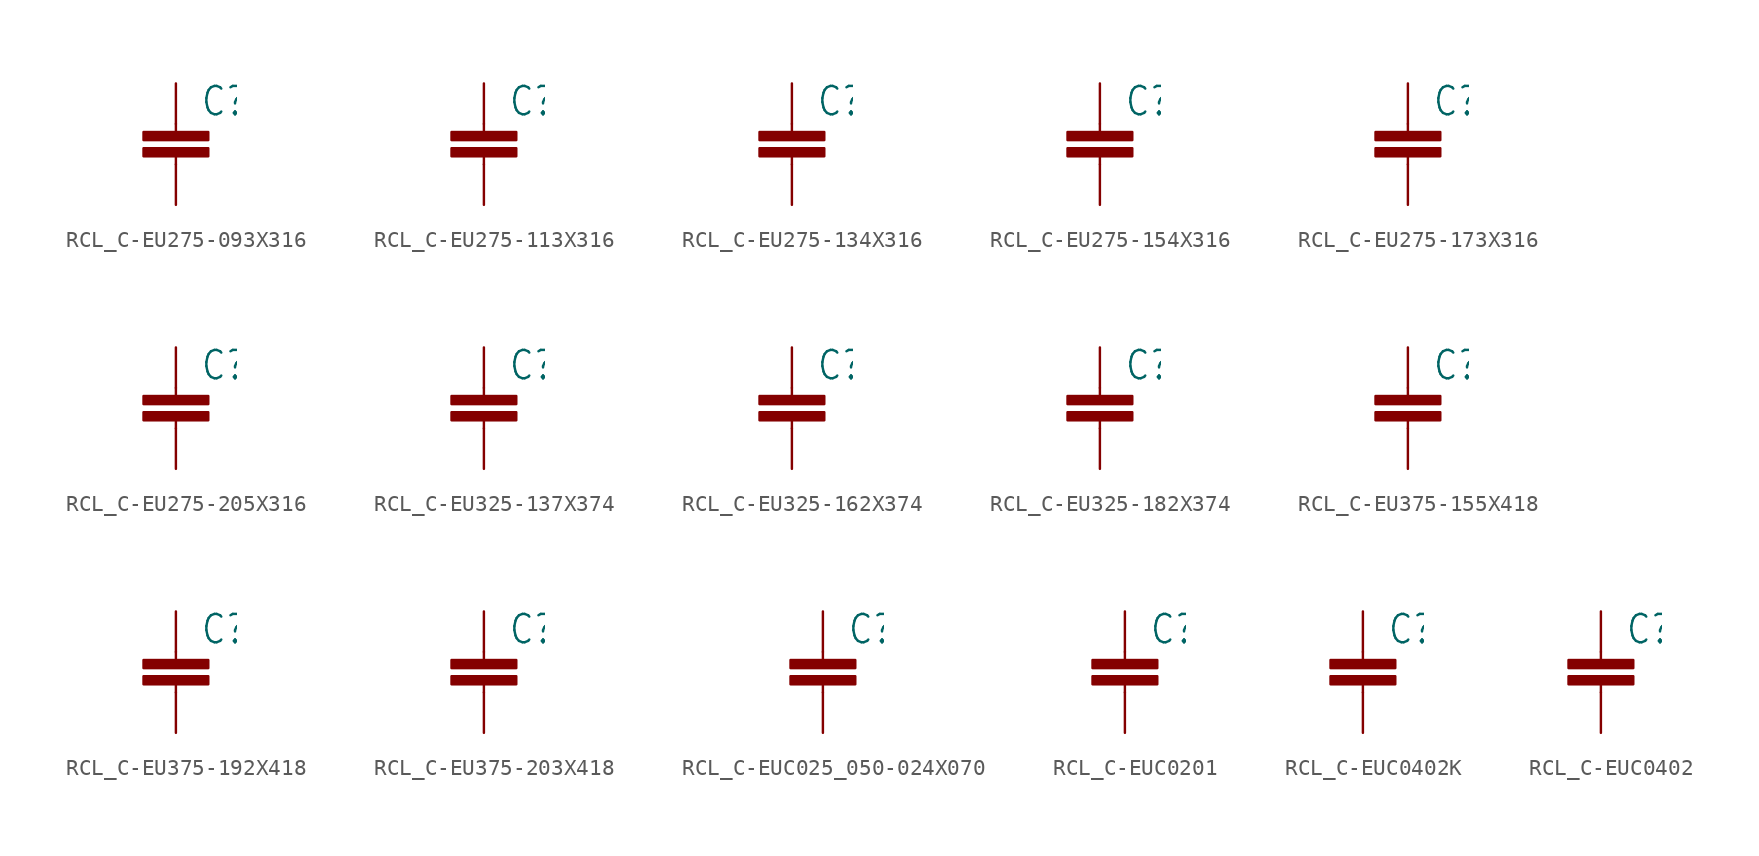
<source format=kicad_sym>
(kicad_symbol_lib
  (version 20241209)
  (generator "kicad_symbol_editor")
  (generator_version "9.0")
  (symbol "RCL_C-EU275-093X316"
    (property "Reference" "C"
      (at 1.524 0.381 0)
      (effects (font (size 1.778 1.511)) (justify left bottom)))
    (property "Value" ""
      (at 1.524 -4.699 0)
      (effects (font (size 1.778 1.511)) (justify left bottom)))
    (property "ki_locked" ""
      (at 0 0 0)
      (effects (font (size 1.27 1.27))))
    (symbol "RCL_C-EU275-093X316_1_0"
      (rectangle (start -2.032 -1.016) (end 2.032 -0.508) (stroke (width 0) (type default)) (fill (type outline)))
      (rectangle (start -2.032 -2.032) (end 2.032 -1.524) (stroke (width 0) (type default)) (fill (type outline)))
      (polyline (pts (xy 0 0) (xy 0 -0.508)) (stroke (width 0.152) (type solid)) (fill (type none)))
      (polyline (pts (xy 0 -2.54) (xy 0 -2.032)) (stroke (width 0.152) (type solid)) (fill (type none)))
      (pin passive line (at 0 2.54 270) (length 2.54) (name "1" (effects (font (size 0 0)))) (number "1" (effects (font (size 0 0)))))
      (pin passive line (at 0 -5.08 90) (length 2.54) (name "2" (effects (font (size 0 0)))) (number "2" (effects (font (size 0 0)))))))
  (symbol "RCL_C-EU275-113X316"
    (property "Reference" "C"
      (at 1.524 0.381 0)
      (effects (font (size 1.778 1.511)) (justify left bottom)))
    (property "Value" ""
      (at 1.524 -4.699 0)
      (effects (font (size 1.778 1.511)) (justify left bottom)))
    (property "ki_locked" ""
      (at 0 0 0)
      (effects (font (size 1.27 1.27))))
    (symbol "RCL_C-EU275-113X316_1_0"
      (rectangle (start -2.032 -1.016) (end 2.032 -0.508) (stroke (width 0) (type default)) (fill (type outline)))
      (rectangle (start -2.032 -2.032) (end 2.032 -1.524) (stroke (width 0) (type default)) (fill (type outline)))
      (polyline (pts (xy 0 0) (xy 0 -0.508)) (stroke (width 0.152) (type solid)) (fill (type none)))
      (polyline (pts (xy 0 -2.54) (xy 0 -2.032)) (stroke (width 0.152) (type solid)) (fill (type none)))
      (pin passive line (at 0 2.54 270) (length 2.54) (name "1" (effects (font (size 0 0)))) (number "1" (effects (font (size 0 0)))))
      (pin passive line (at 0 -5.08 90) (length 2.54) (name "2" (effects (font (size 0 0)))) (number "2" (effects (font (size 0 0)))))))
  (symbol "RCL_C-EU275-134X316"
    (property "Reference" "C"
      (at 1.524 0.381 0)
      (effects (font (size 1.778 1.511)) (justify left bottom)))
    (property "Value" ""
      (at 1.524 -4.699 0)
      (effects (font (size 1.778 1.511)) (justify left bottom)))
    (property "ki_locked" ""
      (at 0 0 0)
      (effects (font (size 1.27 1.27))))
    (symbol "RCL_C-EU275-134X316_1_0"
      (rectangle (start -2.032 -1.016) (end 2.032 -0.508) (stroke (width 0) (type default)) (fill (type outline)))
      (rectangle (start -2.032 -2.032) (end 2.032 -1.524) (stroke (width 0) (type default)) (fill (type outline)))
      (polyline (pts (xy 0 0) (xy 0 -0.508)) (stroke (width 0.152) (type solid)) (fill (type none)))
      (polyline (pts (xy 0 -2.54) (xy 0 -2.032)) (stroke (width 0.152) (type solid)) (fill (type none)))
      (pin passive line (at 0 2.54 270) (length 2.54) (name "1" (effects (font (size 0 0)))) (number "1" (effects (font (size 0 0)))))
      (pin passive line (at 0 -5.08 90) (length 2.54) (name "2" (effects (font (size 0 0)))) (number "2" (effects (font (size 0 0)))))))
  (symbol "RCL_C-EU275-154X316"
    (property "Reference" "C"
      (at 1.524 0.381 0)
      (effects (font (size 1.778 1.511)) (justify left bottom)))
    (property "Value" ""
      (at 1.524 -4.699 0)
      (effects (font (size 1.778 1.511)) (justify left bottom)))
    (property "ki_locked" ""
      (at 0 0 0)
      (effects (font (size 1.27 1.27))))
    (symbol "RCL_C-EU275-154X316_1_0"
      (rectangle (start -2.032 -1.016) (end 2.032 -0.508) (stroke (width 0) (type default)) (fill (type outline)))
      (rectangle (start -2.032 -2.032) (end 2.032 -1.524) (stroke (width 0) (type default)) (fill (type outline)))
      (polyline (pts (xy 0 0) (xy 0 -0.508)) (stroke (width 0.152) (type solid)) (fill (type none)))
      (polyline (pts (xy 0 -2.54) (xy 0 -2.032)) (stroke (width 0.152) (type solid)) (fill (type none)))
      (pin passive line (at 0 2.54 270) (length 2.54) (name "1" (effects (font (size 0 0)))) (number "1" (effects (font (size 0 0)))))
      (pin passive line (at 0 -5.08 90) (length 2.54) (name "2" (effects (font (size 0 0)))) (number "2" (effects (font (size 0 0)))))))
  (symbol "RCL_C-EU275-173X316"
    (property "Reference" "C"
      (at 1.524 0.381 0)
      (effects (font (size 1.778 1.511)) (justify left bottom)))
    (property "Value" ""
      (at 1.524 -4.699 0)
      (effects (font (size 1.778 1.511)) (justify left bottom)))
    (property "ki_locked" ""
      (at 0 0 0)
      (effects (font (size 1.27 1.27))))
    (symbol "RCL_C-EU275-173X316_1_0"
      (rectangle (start -2.032 -1.016) (end 2.032 -0.508) (stroke (width 0) (type default)) (fill (type outline)))
      (rectangle (start -2.032 -2.032) (end 2.032 -1.524) (stroke (width 0) (type default)) (fill (type outline)))
      (polyline (pts (xy 0 0) (xy 0 -0.508)) (stroke (width 0.152) (type solid)) (fill (type none)))
      (polyline (pts (xy 0 -2.54) (xy 0 -2.032)) (stroke (width 0.152) (type solid)) (fill (type none)))
      (pin passive line (at 0 2.54 270) (length 2.54) (name "1" (effects (font (size 0 0)))) (number "1" (effects (font (size 0 0)))))
      (pin passive line (at 0 -5.08 90) (length 2.54) (name "2" (effects (font (size 0 0)))) (number "2" (effects (font (size 0 0)))))))
  (symbol "RCL_C-EU275-205X316"
    (property "Reference" "C"
      (at 1.524 0.381 0)
      (effects (font (size 1.778 1.511)) (justify left bottom)))
    (property "Value" ""
      (at 1.524 -4.699 0)
      (effects (font (size 1.778 1.511)) (justify left bottom)))
    (property "ki_locked" ""
      (at 0 0 0)
      (effects (font (size 1.27 1.27))))
    (symbol "RCL_C-EU275-205X316_1_0"
      (rectangle (start -2.032 -1.016) (end 2.032 -0.508) (stroke (width 0) (type default)) (fill (type outline)))
      (rectangle (start -2.032 -2.032) (end 2.032 -1.524) (stroke (width 0) (type default)) (fill (type outline)))
      (polyline (pts (xy 0 0) (xy 0 -0.508)) (stroke (width 0.152) (type solid)) (fill (type none)))
      (polyline (pts (xy 0 -2.54) (xy 0 -2.032)) (stroke (width 0.152) (type solid)) (fill (type none)))
      (pin passive line (at 0 2.54 270) (length 2.54) (name "1" (effects (font (size 0 0)))) (number "1" (effects (font (size 0 0)))))
      (pin passive line (at 0 -5.08 90) (length 2.54) (name "2" (effects (font (size 0 0)))) (number "2" (effects (font (size 0 0)))))))
  (symbol "RCL_C-EU325-137X374"
    (property "Reference" "C"
      (at 1.524 0.381 0)
      (effects (font (size 1.778 1.511)) (justify left bottom)))
    (property "Value" ""
      (at 1.524 -4.699 0)
      (effects (font (size 1.778 1.511)) (justify left bottom)))
    (property "ki_locked" ""
      (at 0 0 0)
      (effects (font (size 1.27 1.27))))
    (symbol "RCL_C-EU325-137X374_1_0"
      (rectangle (start -2.032 -1.016) (end 2.032 -0.508) (stroke (width 0) (type default)) (fill (type outline)))
      (rectangle (start -2.032 -2.032) (end 2.032 -1.524) (stroke (width 0) (type default)) (fill (type outline)))
      (polyline (pts (xy 0 0) (xy 0 -0.508)) (stroke (width 0.152) (type solid)) (fill (type none)))
      (polyline (pts (xy 0 -2.54) (xy 0 -2.032)) (stroke (width 0.152) (type solid)) (fill (type none)))
      (pin passive line (at 0 2.54 270) (length 2.54) (name "1" (effects (font (size 0 0)))) (number "1" (effects (font (size 0 0)))))
      (pin passive line (at 0 -5.08 90) (length 2.54) (name "2" (effects (font (size 0 0)))) (number "2" (effects (font (size 0 0)))))))
  (symbol "RCL_C-EU325-162X374"
    (property "Reference" "C"
      (at 1.524 0.381 0)
      (effects (font (size 1.778 1.511)) (justify left bottom)))
    (property "Value" ""
      (at 1.524 -4.699 0)
      (effects (font (size 1.778 1.511)) (justify left bottom)))
    (property "ki_locked" ""
      (at 0 0 0)
      (effects (font (size 1.27 1.27))))
    (symbol "RCL_C-EU325-162X374_1_0"
      (rectangle (start -2.032 -1.016) (end 2.032 -0.508) (stroke (width 0) (type default)) (fill (type outline)))
      (rectangle (start -2.032 -2.032) (end 2.032 -1.524) (stroke (width 0) (type default)) (fill (type outline)))
      (polyline (pts (xy 0 0) (xy 0 -0.508)) (stroke (width 0.152) (type solid)) (fill (type none)))
      (polyline (pts (xy 0 -2.54) (xy 0 -2.032)) (stroke (width 0.152) (type solid)) (fill (type none)))
      (pin passive line (at 0 2.54 270) (length 2.54) (name "1" (effects (font (size 0 0)))) (number "1" (effects (font (size 0 0)))))
      (pin passive line (at 0 -5.08 90) (length 2.54) (name "2" (effects (font (size 0 0)))) (number "2" (effects (font (size 0 0)))))))
  (symbol "RCL_C-EU325-182X374"
    (property "Reference" "C"
      (at 1.524 0.381 0)
      (effects (font (size 1.778 1.511)) (justify left bottom)))
    (property "Value" ""
      (at 1.524 -4.699 0)
      (effects (font (size 1.778 1.511)) (justify left bottom)))
    (property "ki_locked" ""
      (at 0 0 0)
      (effects (font (size 1.27 1.27))))
    (symbol "RCL_C-EU325-182X374_1_0"
      (rectangle (start -2.032 -1.016) (end 2.032 -0.508) (stroke (width 0) (type default)) (fill (type outline)))
      (rectangle (start -2.032 -2.032) (end 2.032 -1.524) (stroke (width 0) (type default)) (fill (type outline)))
      (polyline (pts (xy 0 0) (xy 0 -0.508)) (stroke (width 0.152) (type solid)) (fill (type none)))
      (polyline (pts (xy 0 -2.54) (xy 0 -2.032)) (stroke (width 0.152) (type solid)) (fill (type none)))
      (pin passive line (at 0 2.54 270) (length 2.54) (name "1" (effects (font (size 0 0)))) (number "1" (effects (font (size 0 0)))))
      (pin passive line (at 0 -5.08 90) (length 2.54) (name "2" (effects (font (size 0 0)))) (number "2" (effects (font (size 0 0)))))))
  (symbol "RCL_C-EU375-155X418"
    (property "Reference" "C"
      (at 1.524 0.381 0)
      (effects (font (size 1.778 1.511)) (justify left bottom)))
    (property "Value" ""
      (at 1.524 -4.699 0)
      (effects (font (size 1.778 1.511)) (justify left bottom)))
    (property "ki_locked" ""
      (at 0 0 0)
      (effects (font (size 1.27 1.27))))
    (symbol "RCL_C-EU375-155X418_1_0"
      (rectangle (start -2.032 -1.016) (end 2.032 -0.508) (stroke (width 0) (type default)) (fill (type outline)))
      (rectangle (start -2.032 -2.032) (end 2.032 -1.524) (stroke (width 0) (type default)) (fill (type outline)))
      (polyline (pts (xy 0 0) (xy 0 -0.508)) (stroke (width 0.152) (type solid)) (fill (type none)))
      (polyline (pts (xy 0 -2.54) (xy 0 -2.032)) (stroke (width 0.152) (type solid)) (fill (type none)))
      (pin passive line (at 0 2.54 270) (length 2.54) (name "1" (effects (font (size 0 0)))) (number "1" (effects (font (size 0 0)))))
      (pin passive line (at 0 -5.08 90) (length 2.54) (name "2" (effects (font (size 0 0)))) (number "2" (effects (font (size 0 0)))))))
  (symbol "RCL_C-EU375-192X418"
    (property "Reference" "C"
      (at 1.524 0.381 0)
      (effects (font (size 1.778 1.511)) (justify left bottom)))
    (property "Value" ""
      (at 1.524 -4.699 0)
      (effects (font (size 1.778 1.511)) (justify left bottom)))
    (property "ki_locked" ""
      (at 0 0 0)
      (effects (font (size 1.27 1.27))))
    (symbol "RCL_C-EU375-192X418_1_0"
      (rectangle (start -2.032 -1.016) (end 2.032 -0.508) (stroke (width 0) (type default)) (fill (type outline)))
      (rectangle (start -2.032 -2.032) (end 2.032 -1.524) (stroke (width 0) (type default)) (fill (type outline)))
      (polyline (pts (xy 0 0) (xy 0 -0.508)) (stroke (width 0.152) (type solid)) (fill (type none)))
      (polyline (pts (xy 0 -2.54) (xy 0 -2.032)) (stroke (width 0.152) (type solid)) (fill (type none)))
      (pin passive line (at 0 2.54 270) (length 2.54) (name "1" (effects (font (size 0 0)))) (number "1" (effects (font (size 0 0)))))
      (pin passive line (at 0 -5.08 90) (length 2.54) (name "2" (effects (font (size 0 0)))) (number "2" (effects (font (size 0 0)))))))
  (symbol "RCL_C-EU375-203X418"
    (property "Reference" "C"
      (at 1.524 0.381 0)
      (effects (font (size 1.778 1.511)) (justify left bottom)))
    (property "Value" ""
      (at 1.524 -4.699 0)
      (effects (font (size 1.778 1.511)) (justify left bottom)))
    (property "ki_locked" ""
      (at 0 0 0)
      (effects (font (size 1.27 1.27))))
    (symbol "RCL_C-EU375-203X418_1_0"
      (rectangle (start -2.032 -1.016) (end 2.032 -0.508) (stroke (width 0) (type default)) (fill (type outline)))
      (rectangle (start -2.032 -2.032) (end 2.032 -1.524) (stroke (width 0) (type default)) (fill (type outline)))
      (polyline (pts (xy 0 0) (xy 0 -0.508)) (stroke (width 0.152) (type solid)) (fill (type none)))
      (polyline (pts (xy 0 -2.54) (xy 0 -2.032)) (stroke (width 0.152) (type solid)) (fill (type none)))
      (pin passive line (at 0 2.54 270) (length 2.54) (name "1" (effects (font (size 0 0)))) (number "1" (effects (font (size 0 0)))))
      (pin passive line (at 0 -5.08 90) (length 2.54) (name "2" (effects (font (size 0 0)))) (number "2" (effects (font (size 0 0)))))))
  (symbol "RCL_C-EUC025_050-024X070"
    (property "Reference" "C"
      (at 1.524 0.381 0)
      (effects (font (size 1.778 1.511)) (justify left bottom)))
    (property "Value" ""
      (at 1.524 -4.699 0)
      (effects (font (size 1.778 1.511)) (justify left bottom)))
    (property "ki_locked" ""
      (at 0 0 0)
      (effects (font (size 1.27 1.27))))
    (symbol "RCL_C-EUC025_050-024X070_1_0"
      (rectangle (start -2.032 -1.016) (end 2.032 -0.508) (stroke (width 0) (type default)) (fill (type outline)))
      (rectangle (start -2.032 -2.032) (end 2.032 -1.524) (stroke (width 0) (type default)) (fill (type outline)))
      (polyline (pts (xy 0 0) (xy 0 -0.508)) (stroke (width 0.152) (type solid)) (fill (type none)))
      (polyline (pts (xy 0 -2.54) (xy 0 -2.032)) (stroke (width 0.152) (type solid)) (fill (type none)))
      (pin passive line (at 0 2.54 270) (length 2.54) (name "1" (effects (font (size 0 0)))) (number "1" (effects (font (size 0 0)))))
      (pin passive line (at 0 -5.08 90) (length 2.54) (name "2" (effects (font (size 0 0)))) (number "2" (effects (font (size 0 0)))))))
  (symbol "RCL_C-EUC0201"
    (property "Reference" "C"
      (at 1.524 0.381 0)
      (effects (font (size 1.778 1.511)) (justify left bottom)))
    (property "Value" ""
      (at 1.524 -4.699 0)
      (effects (font (size 1.778 1.511)) (justify left bottom)))
    (property "ki_locked" ""
      (at 0 0 0)
      (effects (font (size 1.27 1.27))))
    (symbol "RCL_C-EUC0201_1_0"
      (rectangle (start -2.032 -1.016) (end 2.032 -0.508) (stroke (width 0) (type default)) (fill (type outline)))
      (rectangle (start -2.032 -2.032) (end 2.032 -1.524) (stroke (width 0) (type default)) (fill (type outline)))
      (polyline (pts (xy 0 0) (xy 0 -0.508)) (stroke (width 0.152) (type solid)) (fill (type none)))
      (polyline (pts (xy 0 -2.54) (xy 0 -2.032)) (stroke (width 0.152) (type solid)) (fill (type none)))
      (pin passive line (at 0 2.54 270) (length 2.54) (name "1" (effects (font (size 0 0)))) (number "1" (effects (font (size 0 0)))))
      (pin passive line (at 0 -5.08 90) (length 2.54) (name "2" (effects (font (size 0 0)))) (number "2" (effects (font (size 0 0)))))))
  (symbol "RCL_C-EUC0402K"
    (property "Reference" "C"
      (at 1.524 0.381 0)
      (effects (font (size 1.778 1.511)) (justify left bottom)))
    (property "Value" ""
      (at 1.524 -4.699 0)
      (effects (font (size 1.778 1.511)) (justify left bottom)))
    (property "ki_locked" ""
      (at 0 0 0)
      (effects (font (size 1.27 1.27))))
    (symbol "RCL_C-EUC0402K_1_0"
      (rectangle (start -2.032 -1.016) (end 2.032 -0.508) (stroke (width 0) (type default)) (fill (type outline)))
      (rectangle (start -2.032 -2.032) (end 2.032 -1.524) (stroke (width 0) (type default)) (fill (type outline)))
      (polyline (pts (xy 0 0) (xy 0 -0.508)) (stroke (width 0.152) (type solid)) (fill (type none)))
      (polyline (pts (xy 0 -2.54) (xy 0 -2.032)) (stroke (width 0.152) (type solid)) (fill (type none)))
      (pin passive line (at 0 2.54 270) (length 2.54) (name "1" (effects (font (size 0 0)))) (number "1" (effects (font (size 0 0)))))
      (pin passive line (at 0 -5.08 90) (length 2.54) (name "2" (effects (font (size 0 0)))) (number "2" (effects (font (size 0 0)))))))
  (symbol "RCL_C-EUC0402"
    (property "Reference" "C"
      (at 1.524 0.381 0)
      (effects (font (size 1.778 1.511)) (justify left bottom)))
    (property "Value" ""
      (at 1.524 -4.699 0)
      (effects (font (size 1.778 1.511)) (justify left bottom)))
    (property "ki_locked" ""
      (at 0 0 0)
      (effects (font (size 1.27 1.27))))
    (symbol "RCL_C-EUC0402_1_0"
      (rectangle (start -2.032 -1.016) (end 2.032 -0.508) (stroke (width 0) (type default)) (fill (type outline)))
      (rectangle (start -2.032 -2.032) (end 2.032 -1.524) (stroke (width 0) (type default)) (fill (type outline)))
      (polyline (pts (xy 0 0) (xy 0 -0.508)) (stroke (width 0.152) (type solid)) (fill (type none)))
      (polyline (pts (xy 0 -2.54) (xy 0 -2.032)) (stroke (width 0.152) (type solid)) (fill (type none)))
      (pin passive line (at 0 2.54 270) (length 2.54) (name "1" (effects (font (size 0 0)))) (number "1" (effects (font (size 0 0)))))
      (pin passive line (at 0 -5.08 90) (length 2.54) (name "2" (effects (font (size 0 0)))) (number "2" (effects (font (size 0 0))))))))
</source>
